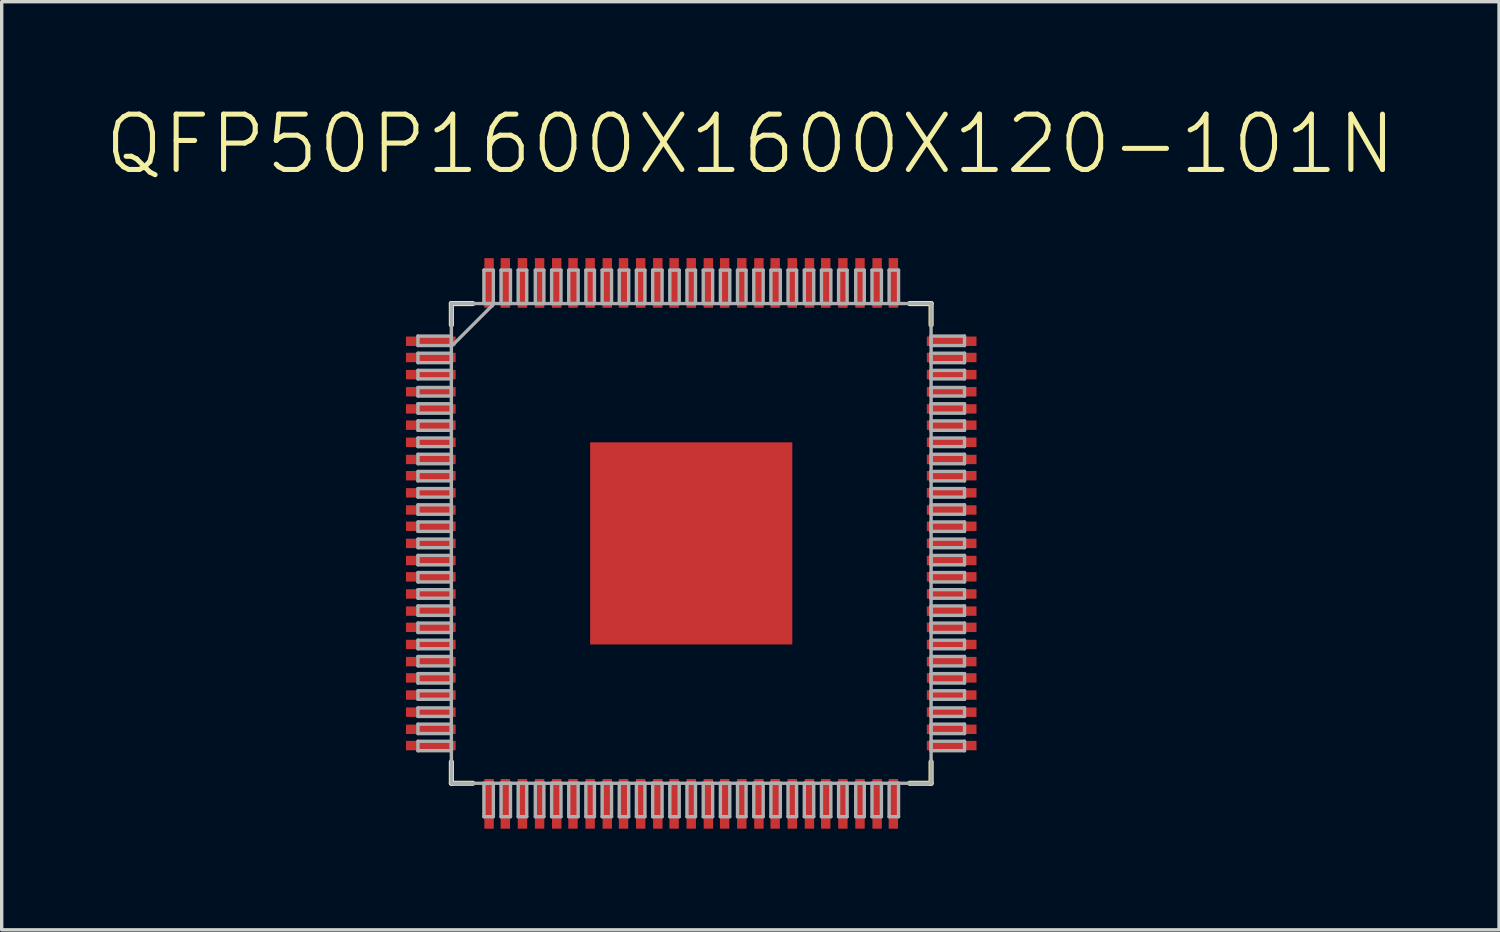
<source format=kicad_pcb>
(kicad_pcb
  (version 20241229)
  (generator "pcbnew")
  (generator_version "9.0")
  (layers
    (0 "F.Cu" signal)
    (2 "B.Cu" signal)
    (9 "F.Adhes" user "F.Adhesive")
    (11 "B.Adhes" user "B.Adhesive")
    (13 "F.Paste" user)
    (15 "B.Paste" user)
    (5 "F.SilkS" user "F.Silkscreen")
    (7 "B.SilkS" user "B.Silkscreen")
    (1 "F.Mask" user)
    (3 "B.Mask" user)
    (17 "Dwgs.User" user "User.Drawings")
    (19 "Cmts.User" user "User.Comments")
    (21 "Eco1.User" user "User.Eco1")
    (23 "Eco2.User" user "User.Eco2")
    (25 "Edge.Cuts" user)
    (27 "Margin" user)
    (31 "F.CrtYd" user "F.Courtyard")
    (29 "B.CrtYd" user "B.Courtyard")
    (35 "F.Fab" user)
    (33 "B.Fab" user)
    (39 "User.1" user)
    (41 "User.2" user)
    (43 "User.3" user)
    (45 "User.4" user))
  (footprint "QFP50P1600X1600X120-101N"
    (layer "F.Cu")
    (at 17.445 13.062)
    (property "Reference" "QFP50P1600X1600X120-101N" (at 1.753 -11.839 0) (layer "F.SilkS") (effects (font (size 1.64 1.64) (thickness 0.15))))
    (attr smd)
    (fp_line (start -7.112 -7.112) (end -7.112 -6.477) (stroke (width 0.152) (type solid)) (layer "F.SilkS"))
    (fp_line (start -7.112 6.477) (end -7.112 7.112) (stroke (width 0.152) (type solid)) (layer "F.SilkS"))
    (fp_line (start -7.112 7.112) (end -6.477 7.112) (stroke (width 0.152) (type solid)) (layer "F.SilkS"))
    (fp_line (start -6.477 -7.112) (end -7.112 -7.112) (stroke (width 0.152) (type solid)) (layer "F.SilkS"))
    (fp_line (start 6.477 7.112) (end 7.112 7.112) (stroke (width 0.152) (type solid)) (layer "F.SilkS"))
    (fp_line (start 7.112 -7.112) (end 6.477 -7.112) (stroke (width 0.152) (type solid)) (layer "F.SilkS"))
    (fp_line (start 7.112 -6.477) (end 7.112 -7.112) (stroke (width 0.152) (type solid)) (layer "F.SilkS"))
    (fp_line (start 7.112 7.112) (end 7.112 6.477) (stroke (width 0.152) (type solid)) (layer "F.SilkS"))
    (fp_line (start -8.103 -6.147) (end -8.103 -5.867) (stroke (width 0.1) (type solid)) (layer "F.Fab"))
    (fp_line (start -8.103 -5.867) (end -7.112 -5.867) (stroke (width 0.1) (type solid)) (layer "F.Fab"))
    (fp_line (start -8.103 -5.639) (end -8.103 -5.359) (stroke (width 0.1) (type solid)) (layer "F.Fab"))
    (fp_line (start -8.103 -5.359) (end -7.112 -5.359) (stroke (width 0.1) (type solid)) (layer "F.Fab"))
    (fp_line (start -8.103 -5.131) (end -8.103 -4.877) (stroke (width 0.1) (type solid)) (layer "F.Fab"))
    (fp_line (start -8.103 -4.877) (end -7.112 -4.877) (stroke (width 0.1) (type solid)) (layer "F.Fab"))
    (fp_line (start -8.103 -4.623) (end -8.103 -4.369) (stroke (width 0.1) (type solid)) (layer "F.Fab"))
    (fp_line (start -8.103 -4.369) (end -7.112 -4.369) (stroke (width 0.1) (type solid)) (layer "F.Fab"))
    (fp_line (start -8.103 -4.14) (end -8.103 -3.861) (stroke (width 0.1) (type solid)) (layer "F.Fab"))
    (fp_line (start -8.103 -3.861) (end -7.112 -3.861) (stroke (width 0.1) (type solid)) (layer "F.Fab"))
    (fp_line (start -8.103 -3.632) (end -8.103 -3.353) (stroke (width 0.1) (type solid)) (layer "F.Fab"))
    (fp_line (start -8.103 -3.353) (end -7.112 -3.353) (stroke (width 0.1) (type solid)) (layer "F.Fab"))
    (fp_line (start -8.103 -3.124) (end -8.103 -2.87) (stroke (width 0.1) (type solid)) (layer "F.Fab"))
    (fp_line (start -8.103 -2.87) (end -7.112 -2.87) (stroke (width 0.1) (type solid)) (layer "F.Fab"))
    (fp_line (start -8.103 -2.642) (end -8.103 -2.362) (stroke (width 0.1) (type solid)) (layer "F.Fab"))
    (fp_line (start -8.103 -2.362) (end -7.112 -2.362) (stroke (width 0.1) (type solid)) (layer "F.Fab"))
    (fp_line (start -8.103 -2.134) (end -8.103 -1.854) (stroke (width 0.1) (type solid)) (layer "F.Fab"))
    (fp_line (start -8.103 -1.854) (end -7.112 -1.854) (stroke (width 0.1) (type solid)) (layer "F.Fab"))
    (fp_line (start -8.103 -1.626) (end -8.103 -1.372) (stroke (width 0.1) (type solid)) (layer "F.Fab"))
    (fp_line (start -8.103 -1.372) (end -7.112 -1.372) (stroke (width 0.1) (type solid)) (layer "F.Fab"))
    (fp_line (start -8.103 -1.143) (end -8.103 -0.864) (stroke (width 0.1) (type solid)) (layer "F.Fab"))
    (fp_line (start -8.103 -0.864) (end -7.112 -0.864) (stroke (width 0.1) (type solid)) (layer "F.Fab"))
    (fp_line (start -8.103 -0.635) (end -8.103 -0.356) (stroke (width 0.1) (type solid)) (layer "F.Fab"))
    (fp_line (start -8.103 -0.356) (end -7.112 -0.356) (stroke (width 0.1) (type solid)) (layer "F.Fab"))
    (fp_line (start -8.103 -0.127) (end -8.103 0.127) (stroke (width 0.1) (type solid)) (layer "F.Fab"))
    (fp_line (start -8.103 0.127) (end -7.112 0.127) (stroke (width 0.1) (type solid)) (layer "F.Fab"))
    (fp_line (start -8.103 0.356) (end -8.103 0.635) (stroke (width 0.1) (type solid)) (layer "F.Fab"))
    (fp_line (start -8.103 0.635) (end -7.112 0.635) (stroke (width 0.1) (type solid)) (layer "F.Fab"))
    (fp_line (start -8.103 0.864) (end -8.103 1.143) (stroke (width 0.1) (type solid)) (layer "F.Fab"))
    (fp_line (start -8.103 1.143) (end -7.112 1.143) (stroke (width 0.1) (type solid)) (layer "F.Fab"))
    (fp_line (start -8.103 1.372) (end -8.103 1.626) (stroke (width 0.1) (type solid)) (layer "F.Fab"))
    (fp_line (start -8.103 1.626) (end -7.112 1.626) (stroke (width 0.1) (type solid)) (layer "F.Fab"))
    (fp_line (start -8.103 1.854) (end -8.103 2.134) (stroke (width 0.1) (type solid)) (layer "F.Fab"))
    (fp_line (start -8.103 2.134) (end -7.112 2.134) (stroke (width 0.1) (type solid)) (layer "F.Fab"))
    (fp_line (start -8.103 2.362) (end -8.103 2.642) (stroke (width 0.1) (type solid)) (layer "F.Fab"))
    (fp_line (start -8.103 2.642) (end -7.112 2.642) (stroke (width 0.1) (type solid)) (layer "F.Fab"))
    (fp_line (start -8.103 2.87) (end -8.103 3.124) (stroke (width 0.1) (type solid)) (layer "F.Fab"))
    (fp_line (start -8.103 3.124) (end -7.112 3.124) (stroke (width 0.1) (type solid)) (layer "F.Fab"))
    (fp_line (start -8.103 3.353) (end -8.103 3.632) (stroke (width 0.1) (type solid)) (layer "F.Fab"))
    (fp_line (start -8.103 3.632) (end -7.112 3.632) (stroke (width 0.1) (type solid)) (layer "F.Fab"))
    (fp_line (start -8.103 3.861) (end -8.103 4.14) (stroke (width 0.1) (type solid)) (layer "F.Fab"))
    (fp_line (start -8.103 4.14) (end -7.112 4.14) (stroke (width 0.1) (type solid)) (layer "F.Fab"))
    (fp_line (start -8.103 4.369) (end -8.103 4.623) (stroke (width 0.1) (type solid)) (layer "F.Fab"))
    (fp_line (start -8.103 4.623) (end -7.112 4.623) (stroke (width 0.1) (type solid)) (layer "F.Fab"))
    (fp_line (start -8.103 4.877) (end -8.103 5.131) (stroke (width 0.1) (type solid)) (layer "F.Fab"))
    (fp_line (start -8.103 5.131) (end -7.112 5.131) (stroke (width 0.1) (type solid)) (layer "F.Fab"))
    (fp_line (start -8.103 5.359) (end -8.103 5.639) (stroke (width 0.1) (type solid)) (layer "F.Fab"))
    (fp_line (start -8.103 5.639) (end -7.112 5.639) (stroke (width 0.1) (type solid)) (layer "F.Fab"))
    (fp_line (start -8.103 5.867) (end -8.103 6.147) (stroke (width 0.1) (type solid)) (layer "F.Fab"))
    (fp_line (start -8.103 6.147) (end -7.112 6.147) (stroke (width 0.1) (type solid)) (layer "F.Fab"))
    (fp_line (start -7.112 -7.112) (end -7.112 7.112) (stroke (width 0.1) (type solid)) (layer "F.Fab"))
    (fp_line (start -7.112 -6.147) (end -8.103 -6.147) (stroke (width 0.1) (type solid)) (layer "F.Fab"))
    (fp_line (start -7.112 -5.867) (end -7.112 -6.147) (stroke (width 0.1) (type solid)) (layer "F.Fab"))
    (fp_line (start -7.112 -5.842) (end -5.842 -7.112) (stroke (width 0.1) (type solid)) (layer "F.Fab"))
    (fp_line (start -7.112 -5.639) (end -8.103 -5.639) (stroke (width 0.1) (type solid)) (layer "F.Fab"))
    (fp_line (start -7.112 -5.359) (end -7.112 -5.639) (stroke (width 0.1) (type solid)) (layer "F.Fab"))
    (fp_line (start -7.112 -5.131) (end -8.103 -5.131) (stroke (width 0.1) (type solid)) (layer "F.Fab"))
    (fp_line (start -7.112 -4.877) (end -7.112 -5.131) (stroke (width 0.1) (type solid)) (layer "F.Fab"))
    (fp_line (start -7.112 -4.623) (end -8.103 -4.623) (stroke (width 0.1) (type solid)) (layer "F.Fab"))
    (fp_line (start -7.112 -4.369) (end -7.112 -4.623) (stroke (width 0.1) (type solid)) (layer "F.Fab"))
    (fp_line (start -7.112 -4.14) (end -8.103 -4.14) (stroke (width 0.1) (type solid)) (layer "F.Fab"))
    (fp_line (start -7.112 -3.861) (end -7.112 -4.14) (stroke (width 0.1) (type solid)) (layer "F.Fab"))
    (fp_line (start -7.112 -3.632) (end -8.103 -3.632) (stroke (width 0.1) (type solid)) (layer "F.Fab"))
    (fp_line (start -7.112 -3.353) (end -7.112 -3.632) (stroke (width 0.1) (type solid)) (layer "F.Fab"))
    (fp_line (start -7.112 -3.124) (end -8.103 -3.124) (stroke (width 0.1) (type solid)) (layer "F.Fab"))
    (fp_line (start -7.112 -2.87) (end -7.112 -3.124) (stroke (width 0.1) (type solid)) (layer "F.Fab"))
    (fp_line (start -7.112 -2.642) (end -8.103 -2.642) (stroke (width 0.1) (type solid)) (layer "F.Fab"))
    (fp_line (start -7.112 -2.362) (end -7.112 -2.642) (stroke (width 0.1) (type solid)) (layer "F.Fab"))
    (fp_line (start -7.112 -2.134) (end -8.103 -2.134) (stroke (width 0.1) (type solid)) (layer "F.Fab"))
    (fp_line (start -7.112 -1.854) (end -7.112 -2.134) (stroke (width 0.1) (type solid)) (layer "F.Fab"))
    (fp_line (start -7.112 -1.626) (end -8.103 -1.626) (stroke (width 0.1) (type solid)) (layer "F.Fab"))
    (fp_line (start -7.112 -1.372) (end -7.112 -1.626) (stroke (width 0.1) (type solid)) (layer "F.Fab"))
    (fp_line (start -7.112 -1.143) (end -8.103 -1.143) (stroke (width 0.1) (type solid)) (layer "F.Fab"))
    (fp_line (start -7.112 -0.864) (end -7.112 -1.143) (stroke (width 0.1) (type solid)) (layer "F.Fab"))
    (fp_line (start -7.112 -0.635) (end -8.103 -0.635) (stroke (width 0.1) (type solid)) (layer "F.Fab"))
    (fp_line (start -7.112 -0.356) (end -7.112 -0.635) (stroke (width 0.1) (type solid)) (layer "F.Fab"))
    (fp_line (start -7.112 -0.127) (end -8.103 -0.127) (stroke (width 0.1) (type solid)) (layer "F.Fab"))
    (fp_line (start -7.112 0.127) (end -7.112 -0.127) (stroke (width 0.1) (type solid)) (layer "F.Fab"))
    (fp_line (start -7.112 0.356) (end -8.103 0.356) (stroke (width 0.1) (type solid)) (layer "F.Fab"))
    (fp_line (start -7.112 0.635) (end -7.112 0.356) (stroke (width 0.1) (type solid)) (layer "F.Fab"))
    (fp_line (start -7.112 0.864) (end -8.103 0.864) (stroke (width 0.1) (type solid)) (layer "F.Fab"))
    (fp_line (start -7.112 1.143) (end -7.112 0.864) (stroke (width 0.1) (type solid)) (layer "F.Fab"))
    (fp_line (start -7.112 1.372) (end -8.103 1.372) (stroke (width 0.1) (type solid)) (layer "F.Fab"))
    (fp_line (start -7.112 1.626) (end -7.112 1.372) (stroke (width 0.1) (type solid)) (layer "F.Fab"))
    (fp_line (start -7.112 1.854) (end -8.103 1.854) (stroke (width 0.1) (type solid)) (layer "F.Fab"))
    (fp_line (start -7.112 2.134) (end -7.112 1.854) (stroke (width 0.1) (type solid)) (layer "F.Fab"))
    (fp_line (start -7.112 2.362) (end -8.103 2.362) (stroke (width 0.1) (type solid)) (layer "F.Fab"))
    (fp_line (start -7.112 2.642) (end -7.112 2.362) (stroke (width 0.1) (type solid)) (layer "F.Fab"))
    (fp_line (start -7.112 2.87) (end -8.103 2.87) (stroke (width 0.1) (type solid)) (layer "F.Fab"))
    (fp_line (start -7.112 3.124) (end -7.112 2.87) (stroke (width 0.1) (type solid)) (layer "F.Fab"))
    (fp_line (start -7.112 3.353) (end -8.103 3.353) (stroke (width 0.1) (type solid)) (layer "F.Fab"))
    (fp_line (start -7.112 3.632) (end -7.112 3.353) (stroke (width 0.1) (type solid)) (layer "F.Fab"))
    (fp_line (start -7.112 3.861) (end -8.103 3.861) (stroke (width 0.1) (type solid)) (layer "F.Fab"))
    (fp_line (start -7.112 4.14) (end -7.112 3.861) (stroke (width 0.1) (type solid)) (layer "F.Fab"))
    (fp_line (start -7.112 4.369) (end -8.103 4.369) (stroke (width 0.1) (type solid)) (layer "F.Fab"))
    (fp_line (start -7.112 4.623) (end -7.112 4.369) (stroke (width 0.1) (type solid)) (layer "F.Fab"))
    (fp_line (start -7.112 4.877) (end -8.103 4.877) (stroke (width 0.1) (type solid)) (layer "F.Fab"))
    (fp_line (start -7.112 5.131) (end -7.112 4.877) (stroke (width 0.1) (type solid)) (layer "F.Fab"))
    (fp_line (start -7.112 5.359) (end -8.103 5.359) (stroke (width 0.1) (type solid)) (layer "F.Fab"))
    (fp_line (start -7.112 5.639) (end -7.112 5.359) (stroke (width 0.1) (type solid)) (layer "F.Fab"))
    (fp_line (start -7.112 5.867) (end -8.103 5.867) (stroke (width 0.1) (type solid)) (layer "F.Fab"))
    (fp_line (start -7.112 6.147) (end -7.112 5.867) (stroke (width 0.1) (type solid)) (layer "F.Fab"))
    (fp_line (start -7.112 7.112) (end 7.112 7.112) (stroke (width 0.1) (type solid)) (layer "F.Fab"))
    (fp_line (start -6.147 -8.103) (end -6.147 -7.112) (stroke (width 0.1) (type solid)) (layer "F.Fab"))
    (fp_line (start -6.147 -7.112) (end -5.867 -7.112) (stroke (width 0.1) (type solid)) (layer "F.Fab"))
    (fp_line (start -6.147 7.112) (end -6.147 8.103) (stroke (width 0.1) (type solid)) (layer "F.Fab"))
    (fp_line (start -6.147 8.103) (end -5.867 8.103) (stroke (width 0.1) (type solid)) (layer "F.Fab"))
    (fp_line (start -5.867 -8.103) (end -6.147 -8.103) (stroke (width 0.1) (type solid)) (layer "F.Fab"))
    (fp_line (start -5.867 -7.112) (end -5.867 -8.103) (stroke (width 0.1) (type solid)) (layer "F.Fab"))
    (fp_line (start -5.867 7.112) (end -6.147 7.112) (stroke (width 0.1) (type solid)) (layer "F.Fab"))
    (fp_line (start -5.867 8.103) (end -5.867 7.112) (stroke (width 0.1) (type solid)) (layer "F.Fab"))
    (fp_line (start -5.639 -8.103) (end -5.639 -7.112) (stroke (width 0.1) (type solid)) (layer "F.Fab"))
    (fp_line (start -5.639 -7.112) (end -5.359 -7.112) (stroke (width 0.1) (type solid)) (layer "F.Fab"))
    (fp_line (start -5.639 7.112) (end -5.639 8.103) (stroke (width 0.1) (type solid)) (layer "F.Fab"))
    (fp_line (start -5.639 8.103) (end -5.359 8.103) (stroke (width 0.1) (type solid)) (layer "F.Fab"))
    (fp_line (start -5.359 -8.103) (end -5.639 -8.103) (stroke (width 0.1) (type solid)) (layer "F.Fab"))
    (fp_line (start -5.359 -7.112) (end -5.359 -8.103) (stroke (width 0.1) (type solid)) (layer "F.Fab"))
    (fp_line (start -5.359 7.112) (end -5.639 7.112) (stroke (width 0.1) (type solid)) (layer "F.Fab"))
    (fp_line (start -5.359 8.103) (end -5.359 7.112) (stroke (width 0.1) (type solid)) (layer "F.Fab"))
    (fp_line (start -5.131 -8.103) (end -5.131 -7.112) (stroke (width 0.1) (type solid)) (layer "F.Fab"))
    (fp_line (start -5.131 -7.112) (end -4.877 -7.112) (stroke (width 0.1) (type solid)) (layer "F.Fab"))
    (fp_line (start -5.131 7.112) (end -5.131 8.103) (stroke (width 0.1) (type solid)) (layer "F.Fab"))
    (fp_line (start -5.131 8.103) (end -4.877 8.103) (stroke (width 0.1) (type solid)) (layer "F.Fab"))
    (fp_line (start -4.877 -8.103) (end -5.131 -8.103) (stroke (width 0.1) (type solid)) (layer "F.Fab"))
    (fp_line (start -4.877 -7.112) (end -4.877 -8.103) (stroke (width 0.1) (type solid)) (layer "F.Fab"))
    (fp_line (start -4.877 7.112) (end -5.131 7.112) (stroke (width 0.1) (type solid)) (layer "F.Fab"))
    (fp_line (start -4.877 8.103) (end -4.877 7.112) (stroke (width 0.1) (type solid)) (layer "F.Fab"))
    (fp_line (start -4.623 -8.103) (end -4.623 -7.112) (stroke (width 0.1) (type solid)) (layer "F.Fab"))
    (fp_line (start -4.623 -7.112) (end -4.369 -7.112) (stroke (width 0.1) (type solid)) (layer "F.Fab"))
    (fp_line (start -4.623 7.112) (end -4.623 8.103) (stroke (width 0.1) (type solid)) (layer "F.Fab"))
    (fp_line (start -4.623 8.103) (end -4.369 8.103) (stroke (width 0.1) (type solid)) (layer "F.Fab"))
    (fp_line (start -4.369 -8.103) (end -4.623 -8.103) (stroke (width 0.1) (type solid)) (layer "F.Fab"))
    (fp_line (start -4.369 -7.112) (end -4.369 -8.103) (stroke (width 0.1) (type solid)) (layer "F.Fab"))
    (fp_line (start -4.369 7.112) (end -4.623 7.112) (stroke (width 0.1) (type solid)) (layer "F.Fab"))
    (fp_line (start -4.369 8.103) (end -4.369 7.112) (stroke (width 0.1) (type solid)) (layer "F.Fab"))
    (fp_line (start -4.14 -8.103) (end -4.14 -7.112) (stroke (width 0.1) (type solid)) (layer "F.Fab"))
    (fp_line (start -4.14 -7.112) (end -3.861 -7.112) (stroke (width 0.1) (type solid)) (layer "F.Fab"))
    (fp_line (start -4.14 7.112) (end -4.14 8.103) (stroke (width 0.1) (type solid)) (layer "F.Fab"))
    (fp_line (start -4.14 8.103) (end -3.861 8.103) (stroke (width 0.1) (type solid)) (layer "F.Fab"))
    (fp_line (start -3.861 -8.103) (end -4.14 -8.103) (stroke (width 0.1) (type solid)) (layer "F.Fab"))
    (fp_line (start -3.861 -7.112) (end -3.861 -8.103) (stroke (width 0.1) (type solid)) (layer "F.Fab"))
    (fp_line (start -3.861 7.112) (end -4.14 7.112) (stroke (width 0.1) (type solid)) (layer "F.Fab"))
    (fp_line (start -3.861 8.103) (end -3.861 7.112) (stroke (width 0.1) (type solid)) (layer "F.Fab"))
    (fp_line (start -3.632 -8.103) (end -3.632 -7.112) (stroke (width 0.1) (type solid)) (layer "F.Fab"))
    (fp_line (start -3.632 -7.112) (end -3.353 -7.112) (stroke (width 0.1) (type solid)) (layer "F.Fab"))
    (fp_line (start -3.632 7.112) (end -3.632 8.103) (stroke (width 0.1) (type solid)) (layer "F.Fab"))
    (fp_line (start -3.632 8.103) (end -3.353 8.103) (stroke (width 0.1) (type solid)) (layer "F.Fab"))
    (fp_line (start -3.353 -8.103) (end -3.632 -8.103) (stroke (width 0.1) (type solid)) (layer "F.Fab"))
    (fp_line (start -3.353 -7.112) (end -3.353 -8.103) (stroke (width 0.1) (type solid)) (layer "F.Fab"))
    (fp_line (start -3.353 7.112) (end -3.632 7.112) (stroke (width 0.1) (type solid)) (layer "F.Fab"))
    (fp_line (start -3.353 8.103) (end -3.353 7.112) (stroke (width 0.1) (type solid)) (layer "F.Fab"))
    (fp_line (start -3.124 -8.103) (end -3.124 -7.112) (stroke (width 0.1) (type solid)) (layer "F.Fab"))
    (fp_line (start -3.124 -7.112) (end -2.87 -7.112) (stroke (width 0.1) (type solid)) (layer "F.Fab"))
    (fp_line (start -3.124 7.112) (end -3.124 8.103) (stroke (width 0.1) (type solid)) (layer "F.Fab"))
    (fp_line (start -3.124 8.103) (end -2.87 8.103) (stroke (width 0.1) (type solid)) (layer "F.Fab"))
    (fp_line (start -2.87 -8.103) (end -3.124 -8.103) (stroke (width 0.1) (type solid)) (layer "F.Fab"))
    (fp_line (start -2.87 -7.112) (end -2.87 -8.103) (stroke (width 0.1) (type solid)) (layer "F.Fab"))
    (fp_line (start -2.87 7.112) (end -3.124 7.112) (stroke (width 0.1) (type solid)) (layer "F.Fab"))
    (fp_line (start -2.87 8.103) (end -2.87 7.112) (stroke (width 0.1) (type solid)) (layer "F.Fab"))
    (fp_line (start -2.642 -8.103) (end -2.642 -7.112) (stroke (width 0.1) (type solid)) (layer "F.Fab"))
    (fp_line (start -2.642 -7.112) (end -2.362 -7.112) (stroke (width 0.1) (type solid)) (layer "F.Fab"))
    (fp_line (start -2.642 7.112) (end -2.642 8.103) (stroke (width 0.1) (type solid)) (layer "F.Fab"))
    (fp_line (start -2.642 8.103) (end -2.362 8.103) (stroke (width 0.1) (type solid)) (layer "F.Fab"))
    (fp_line (start -2.362 -8.103) (end -2.642 -8.103) (stroke (width 0.1) (type solid)) (layer "F.Fab"))
    (fp_line (start -2.362 -7.112) (end -2.362 -8.103) (stroke (width 0.1) (type solid)) (layer "F.Fab"))
    (fp_line (start -2.362 7.112) (end -2.642 7.112) (stroke (width 0.1) (type solid)) (layer "F.Fab"))
    (fp_line (start -2.362 8.103) (end -2.362 7.112) (stroke (width 0.1) (type solid)) (layer "F.Fab"))
    (fp_line (start -2.134 -8.103) (end -2.134 -7.112) (stroke (width 0.1) (type solid)) (layer "F.Fab"))
    (fp_line (start -2.134 -7.112) (end -1.854 -7.112) (stroke (width 0.1) (type solid)) (layer "F.Fab"))
    (fp_line (start -2.134 7.112) (end -2.134 8.103) (stroke (width 0.1) (type solid)) (layer "F.Fab"))
    (fp_line (start -2.134 8.103) (end -1.854 8.103) (stroke (width 0.1) (type solid)) (layer "F.Fab"))
    (fp_line (start -1.854 -8.103) (end -2.134 -8.103) (stroke (width 0.1) (type solid)) (layer "F.Fab"))
    (fp_line (start -1.854 -7.112) (end -1.854 -8.103) (stroke (width 0.1) (type solid)) (layer "F.Fab"))
    (fp_line (start -1.854 7.112) (end -2.134 7.112) (stroke (width 0.1) (type solid)) (layer "F.Fab"))
    (fp_line (start -1.854 8.103) (end -1.854 7.112) (stroke (width 0.1) (type solid)) (layer "F.Fab"))
    (fp_line (start -1.626 -8.103) (end -1.626 -7.112) (stroke (width 0.1) (type solid)) (layer "F.Fab"))
    (fp_line (start -1.626 -7.112) (end -1.372 -7.112) (stroke (width 0.1) (type solid)) (layer "F.Fab"))
    (fp_line (start -1.626 7.112) (end -1.626 8.103) (stroke (width 0.1) (type solid)) (layer "F.Fab"))
    (fp_line (start -1.626 8.103) (end -1.372 8.103) (stroke (width 0.1) (type solid)) (layer "F.Fab"))
    (fp_line (start -1.372 -8.103) (end -1.626 -8.103) (stroke (width 0.1) (type solid)) (layer "F.Fab"))
    (fp_line (start -1.372 -7.112) (end -1.372 -8.103) (stroke (width 0.1) (type solid)) (layer "F.Fab"))
    (fp_line (start -1.372 7.112) (end -1.626 7.112) (stroke (width 0.1) (type solid)) (layer "F.Fab"))
    (fp_line (start -1.372 8.103) (end -1.372 7.112) (stroke (width 0.1) (type solid)) (layer "F.Fab"))
    (fp_line (start -1.143 -8.103) (end -1.143 -7.112) (stroke (width 0.1) (type solid)) (layer "F.Fab"))
    (fp_line (start -1.143 -7.112) (end -0.864 -7.112) (stroke (width 0.1) (type solid)) (layer "F.Fab"))
    (fp_line (start -1.143 7.112) (end -1.143 8.103) (stroke (width 0.1) (type solid)) (layer "F.Fab"))
    (fp_line (start -1.143 8.103) (end -0.864 8.103) (stroke (width 0.1) (type solid)) (layer "F.Fab"))
    (fp_line (start -0.864 -8.103) (end -1.143 -8.103) (stroke (width 0.1) (type solid)) (layer "F.Fab"))
    (fp_line (start -0.864 -7.112) (end -0.864 -8.103) (stroke (width 0.1) (type solid)) (layer "F.Fab"))
    (fp_line (start -0.864 7.112) (end -1.143 7.112) (stroke (width 0.1) (type solid)) (layer "F.Fab"))
    (fp_line (start -0.864 8.103) (end -0.864 7.112) (stroke (width 0.1) (type solid)) (layer "F.Fab"))
    (fp_line (start -0.635 -8.103) (end -0.635 -7.112) (stroke (width 0.1) (type solid)) (layer "F.Fab"))
    (fp_line (start -0.635 -7.112) (end -0.356 -7.112) (stroke (width 0.1) (type solid)) (layer "F.Fab"))
    (fp_line (start -0.635 7.112) (end -0.635 8.103) (stroke (width 0.1) (type solid)) (layer "F.Fab"))
    (fp_line (start -0.635 8.103) (end -0.356 8.103) (stroke (width 0.1) (type solid)) (layer "F.Fab"))
    (fp_line (start -0.356 -8.103) (end -0.635 -8.103) (stroke (width 0.1) (type solid)) (layer "F.Fab"))
    (fp_line (start -0.356 -7.112) (end -0.356 -8.103) (stroke (width 0.1) (type solid)) (layer "F.Fab"))
    (fp_line (start -0.356 7.112) (end -0.635 7.112) (stroke (width 0.1) (type solid)) (layer "F.Fab"))
    (fp_line (start -0.356 8.103) (end -0.356 7.112) (stroke (width 0.1) (type solid)) (layer "F.Fab"))
    (fp_line (start -0.127 -8.103) (end -0.127 -7.112) (stroke (width 0.1) (type solid)) (layer "F.Fab"))
    (fp_line (start -0.127 -7.112) (end 0.127 -7.112) (stroke (width 0.1) (type solid)) (layer "F.Fab"))
    (fp_line (start -0.127 7.112) (end -0.127 8.103) (stroke (width 0.1) (type solid)) (layer "F.Fab"))
    (fp_line (start -0.127 8.103) (end 0.127 8.103) (stroke (width 0.1) (type solid)) (layer "F.Fab"))
    (fp_line (start 0.127 -8.103) (end -0.127 -8.103) (stroke (width 0.1) (type solid)) (layer "F.Fab"))
    (fp_line (start 0.127 -7.112) (end 0.127 -8.103) (stroke (width 0.1) (type solid)) (layer "F.Fab"))
    (fp_line (start 0.127 7.112) (end -0.127 7.112) (stroke (width 0.1) (type solid)) (layer "F.Fab"))
    (fp_line (start 0.127 8.103) (end 0.127 7.112) (stroke (width 0.1) (type solid)) (layer "F.Fab"))
    (fp_line (start 0.356 -8.103) (end 0.356 -7.112) (stroke (width 0.1) (type solid)) (layer "F.Fab"))
    (fp_line (start 0.356 -7.112) (end 0.635 -7.112) (stroke (width 0.1) (type solid)) (layer "F.Fab"))
    (fp_line (start 0.356 7.112) (end 0.356 8.103) (stroke (width 0.1) (type solid)) (layer "F.Fab"))
    (fp_line (start 0.356 8.103) (end 0.635 8.103) (stroke (width 0.1) (type solid)) (layer "F.Fab"))
    (fp_line (start 0.635 -8.103) (end 0.356 -8.103) (stroke (width 0.1) (type solid)) (layer "F.Fab"))
    (fp_line (start 0.635 -7.112) (end 0.635 -8.103) (stroke (width 0.1) (type solid)) (layer "F.Fab"))
    (fp_line (start 0.635 7.112) (end 0.356 7.112) (stroke (width 0.1) (type solid)) (layer "F.Fab"))
    (fp_line (start 0.635 8.103) (end 0.635 7.112) (stroke (width 0.1) (type solid)) (layer "F.Fab"))
    (fp_line (start 0.864 -8.103) (end 0.864 -7.112) (stroke (width 0.1) (type solid)) (layer "F.Fab"))
    (fp_line (start 0.864 -7.112) (end 1.143 -7.112) (stroke (width 0.1) (type solid)) (layer "F.Fab"))
    (fp_line (start 0.864 7.112) (end 0.864 8.103) (stroke (width 0.1) (type solid)) (layer "F.Fab"))
    (fp_line (start 0.864 8.103) (end 1.143 8.103) (stroke (width 0.1) (type solid)) (layer "F.Fab"))
    (fp_line (start 1.143 -8.103) (end 0.864 -8.103) (stroke (width 0.1) (type solid)) (layer "F.Fab"))
    (fp_line (start 1.143 -7.112) (end 1.143 -8.103) (stroke (width 0.1) (type solid)) (layer "F.Fab"))
    (fp_line (start 1.143 7.112) (end 0.864 7.112) (stroke (width 0.1) (type solid)) (layer "F.Fab"))
    (fp_line (start 1.143 8.103) (end 1.143 7.112) (stroke (width 0.1) (type solid)) (layer "F.Fab"))
    (fp_line (start 1.372 -8.103) (end 1.372 -7.112) (stroke (width 0.1) (type solid)) (layer "F.Fab"))
    (fp_line (start 1.372 -7.112) (end 1.626 -7.112) (stroke (width 0.1) (type solid)) (layer "F.Fab"))
    (fp_line (start 1.372 7.112) (end 1.372 8.103) (stroke (width 0.1) (type solid)) (layer "F.Fab"))
    (fp_line (start 1.372 8.103) (end 1.626 8.103) (stroke (width 0.1) (type solid)) (layer "F.Fab"))
    (fp_line (start 1.626 -8.103) (end 1.372 -8.103) (stroke (width 0.1) (type solid)) (layer "F.Fab"))
    (fp_line (start 1.626 -7.112) (end 1.626 -8.103) (stroke (width 0.1) (type solid)) (layer "F.Fab"))
    (fp_line (start 1.626 7.112) (end 1.372 7.112) (stroke (width 0.1) (type solid)) (layer "F.Fab"))
    (fp_line (start 1.626 8.103) (end 1.626 7.112) (stroke (width 0.1) (type solid)) (layer "F.Fab"))
    (fp_line (start 1.854 -8.103) (end 1.854 -7.112) (stroke (width 0.1) (type solid)) (layer "F.Fab"))
    (fp_line (start 1.854 -7.112) (end 2.134 -7.112) (stroke (width 0.1) (type solid)) (layer "F.Fab"))
    (fp_line (start 1.854 7.112) (end 1.854 8.103) (stroke (width 0.1) (type solid)) (layer "F.Fab"))
    (fp_line (start 1.854 8.103) (end 2.134 8.103) (stroke (width 0.1) (type solid)) (layer "F.Fab"))
    (fp_line (start 2.134 -8.103) (end 1.854 -8.103) (stroke (width 0.1) (type solid)) (layer "F.Fab"))
    (fp_line (start 2.134 -7.112) (end 2.134 -8.103) (stroke (width 0.1) (type solid)) (layer "F.Fab"))
    (fp_line (start 2.134 7.112) (end 1.854 7.112) (stroke (width 0.1) (type solid)) (layer "F.Fab"))
    (fp_line (start 2.134 8.103) (end 2.134 7.112) (stroke (width 0.1) (type solid)) (layer "F.Fab"))
    (fp_line (start 2.362 -8.103) (end 2.362 -7.112) (stroke (width 0.1) (type solid)) (layer "F.Fab"))
    (fp_line (start 2.362 -7.112) (end 2.642 -7.112) (stroke (width 0.1) (type solid)) (layer "F.Fab"))
    (fp_line (start 2.362 7.112) (end 2.362 8.103) (stroke (width 0.1) (type solid)) (layer "F.Fab"))
    (fp_line (start 2.362 8.103) (end 2.642 8.103) (stroke (width 0.1) (type solid)) (layer "F.Fab"))
    (fp_line (start 2.642 -8.103) (end 2.362 -8.103) (stroke (width 0.1) (type solid)) (layer "F.Fab"))
    (fp_line (start 2.642 -7.112) (end 2.642 -8.103) (stroke (width 0.1) (type solid)) (layer "F.Fab"))
    (fp_line (start 2.642 7.112) (end 2.362 7.112) (stroke (width 0.1) (type solid)) (layer "F.Fab"))
    (fp_line (start 2.642 8.103) (end 2.642 7.112) (stroke (width 0.1) (type solid)) (layer "F.Fab"))
    (fp_line (start 2.87 -8.103) (end 2.87 -7.112) (stroke (width 0.1) (type solid)) (layer "F.Fab"))
    (fp_line (start 2.87 -7.112) (end 3.124 -7.112) (stroke (width 0.1) (type solid)) (layer "F.Fab"))
    (fp_line (start 2.87 7.112) (end 2.87 8.103) (stroke (width 0.1) (type solid)) (layer "F.Fab"))
    (fp_line (start 2.87 8.103) (end 3.124 8.103) (stroke (width 0.1) (type solid)) (layer "F.Fab"))
    (fp_line (start 3.124 -8.103) (end 2.87 -8.103) (stroke (width 0.1) (type solid)) (layer "F.Fab"))
    (fp_line (start 3.124 -7.112) (end 3.124 -8.103) (stroke (width 0.1) (type solid)) (layer "F.Fab"))
    (fp_line (start 3.124 7.112) (end 2.87 7.112) (stroke (width 0.1) (type solid)) (layer "F.Fab"))
    (fp_line (start 3.124 8.103) (end 3.124 7.112) (stroke (width 0.1) (type solid)) (layer "F.Fab"))
    (fp_line (start 3.353 -8.103) (end 3.353 -7.112) (stroke (width 0.1) (type solid)) (layer "F.Fab"))
    (fp_line (start 3.353 -7.112) (end 3.632 -7.112) (stroke (width 0.1) (type solid)) (layer "F.Fab"))
    (fp_line (start 3.353 7.112) (end 3.353 8.103) (stroke (width 0.1) (type solid)) (layer "F.Fab"))
    (fp_line (start 3.353 8.103) (end 3.632 8.103) (stroke (width 0.1) (type solid)) (layer "F.Fab"))
    (fp_line (start 3.632 -8.103) (end 3.353 -8.103) (stroke (width 0.1) (type solid)) (layer "F.Fab"))
    (fp_line (start 3.632 -7.112) (end 3.632 -8.103) (stroke (width 0.1) (type solid)) (layer "F.Fab"))
    (fp_line (start 3.632 7.112) (end 3.353 7.112) (stroke (width 0.1) (type solid)) (layer "F.Fab"))
    (fp_line (start 3.632 8.103) (end 3.632 7.112) (stroke (width 0.1) (type solid)) (layer "F.Fab"))
    (fp_line (start 3.861 -8.103) (end 3.861 -7.112) (stroke (width 0.1) (type solid)) (layer "F.Fab"))
    (fp_line (start 3.861 -7.112) (end 4.14 -7.112) (stroke (width 0.1) (type solid)) (layer "F.Fab"))
    (fp_line (start 3.861 7.112) (end 3.861 8.103) (stroke (width 0.1) (type solid)) (layer "F.Fab"))
    (fp_line (start 3.861 8.103) (end 4.14 8.103) (stroke (width 0.1) (type solid)) (layer "F.Fab"))
    (fp_line (start 4.14 -8.103) (end 3.861 -8.103) (stroke (width 0.1) (type solid)) (layer "F.Fab"))
    (fp_line (start 4.14 -7.112) (end 4.14 -8.103) (stroke (width 0.1) (type solid)) (layer "F.Fab"))
    (fp_line (start 4.14 7.112) (end 3.861 7.112) (stroke (width 0.1) (type solid)) (layer "F.Fab"))
    (fp_line (start 4.14 8.103) (end 4.14 7.112) (stroke (width 0.1) (type solid)) (layer "F.Fab"))
    (fp_line (start 4.369 -8.103) (end 4.369 -7.112) (stroke (width 0.1) (type solid)) (layer "F.Fab"))
    (fp_line (start 4.369 -7.112) (end 4.623 -7.112) (stroke (width 0.1) (type solid)) (layer "F.Fab"))
    (fp_line (start 4.369 7.112) (end 4.369 8.103) (stroke (width 0.1) (type solid)) (layer "F.Fab"))
    (fp_line (start 4.369 8.103) (end 4.623 8.103) (stroke (width 0.1) (type solid)) (layer "F.Fab"))
    (fp_line (start 4.623 -8.103) (end 4.369 -8.103) (stroke (width 0.1) (type solid)) (layer "F.Fab"))
    (fp_line (start 4.623 -7.112) (end 4.623 -8.103) (stroke (width 0.1) (type solid)) (layer "F.Fab"))
    (fp_line (start 4.623 7.112) (end 4.369 7.112) (stroke (width 0.1) (type solid)) (layer "F.Fab"))
    (fp_line (start 4.623 8.103) (end 4.623 7.112) (stroke (width 0.1) (type solid)) (layer "F.Fab"))
    (fp_line (start 4.877 -8.103) (end 4.877 -7.112) (stroke (width 0.1) (type solid)) (layer "F.Fab"))
    (fp_line (start 4.877 -7.112) (end 5.131 -7.112) (stroke (width 0.1) (type solid)) (layer "F.Fab"))
    (fp_line (start 4.877 7.112) (end 4.877 8.103) (stroke (width 0.1) (type solid)) (layer "F.Fab"))
    (fp_line (start 4.877 8.103) (end 5.131 8.103) (stroke (width 0.1) (type solid)) (layer "F.Fab"))
    (fp_line (start 5.131 -8.103) (end 4.877 -8.103) (stroke (width 0.1) (type solid)) (layer "F.Fab"))
    (fp_line (start 5.131 -7.112) (end 5.131 -8.103) (stroke (width 0.1) (type solid)) (layer "F.Fab"))
    (fp_line (start 5.131 7.112) (end 4.877 7.112) (stroke (width 0.1) (type solid)) (layer "F.Fab"))
    (fp_line (start 5.131 8.103) (end 5.131 7.112) (stroke (width 0.1) (type solid)) (layer "F.Fab"))
    (fp_line (start 5.359 -8.103) (end 5.359 -7.112) (stroke (width 0.1) (type solid)) (layer "F.Fab"))
    (fp_line (start 5.359 -7.112) (end 5.639 -7.112) (stroke (width 0.1) (type solid)) (layer "F.Fab"))
    (fp_line (start 5.359 7.112) (end 5.359 8.103) (stroke (width 0.1) (type solid)) (layer "F.Fab"))
    (fp_line (start 5.359 8.103) (end 5.639 8.103) (stroke (width 0.1) (type solid)) (layer "F.Fab"))
    (fp_line (start 5.639 -8.103) (end 5.359 -8.103) (stroke (width 0.1) (type solid)) (layer "F.Fab"))
    (fp_line (start 5.639 -7.112) (end 5.639 -8.103) (stroke (width 0.1) (type solid)) (layer "F.Fab"))
    (fp_line (start 5.639 7.112) (end 5.359 7.112) (stroke (width 0.1) (type solid)) (layer "F.Fab"))
    (fp_line (start 5.639 8.103) (end 5.639 7.112) (stroke (width 0.1) (type solid)) (layer "F.Fab"))
    (fp_line (start 5.867 -8.103) (end 5.867 -7.112) (stroke (width 0.1) (type solid)) (layer "F.Fab"))
    (fp_line (start 5.867 -7.112) (end 6.147 -7.112) (stroke (width 0.1) (type solid)) (layer "F.Fab"))
    (fp_line (start 5.867 7.112) (end 5.867 8.103) (stroke (width 0.1) (type solid)) (layer "F.Fab"))
    (fp_line (start 5.867 8.103) (end 6.147 8.103) (stroke (width 0.1) (type solid)) (layer "F.Fab"))
    (fp_line (start 6.147 -8.103) (end 5.867 -8.103) (stroke (width 0.1) (type solid)) (layer "F.Fab"))
    (fp_line (start 6.147 -7.112) (end 6.147 -8.103) (stroke (width 0.1) (type solid)) (layer "F.Fab"))
    (fp_line (start 6.147 7.112) (end 5.867 7.112) (stroke (width 0.1) (type solid)) (layer "F.Fab"))
    (fp_line (start 6.147 8.103) (end 6.147 7.112) (stroke (width 0.1) (type solid)) (layer "F.Fab"))
    (fp_line (start 7.112 -7.112) (end -7.112 -7.112) (stroke (width 0.1) (type solid)) (layer "F.Fab"))
    (fp_line (start 7.112 -6.147) (end 7.112 -5.867) (stroke (width 0.1) (type solid)) (layer "F.Fab"))
    (fp_line (start 7.112 -5.867) (end 8.103 -5.867) (stroke (width 0.1) (type solid)) (layer "F.Fab"))
    (fp_line (start 7.112 -5.639) (end 7.112 -5.359) (stroke (width 0.1) (type solid)) (layer "F.Fab"))
    (fp_line (start 7.112 -5.359) (end 8.103 -5.359) (stroke (width 0.1) (type solid)) (layer "F.Fab"))
    (fp_line (start 7.112 -5.131) (end 7.112 -4.877) (stroke (width 0.1) (type solid)) (layer "F.Fab"))
    (fp_line (start 7.112 -4.877) (end 8.103 -4.877) (stroke (width 0.1) (type solid)) (layer "F.Fab"))
    (fp_line (start 7.112 -4.623) (end 7.112 -4.369) (stroke (width 0.1) (type solid)) (layer "F.Fab"))
    (fp_line (start 7.112 -4.369) (end 8.103 -4.369) (stroke (width 0.1) (type solid)) (layer "F.Fab"))
    (fp_line (start 7.112 -4.14) (end 7.112 -3.861) (stroke (width 0.1) (type solid)) (layer "F.Fab"))
    (fp_line (start 7.112 -3.861) (end 8.103 -3.861) (stroke (width 0.1) (type solid)) (layer "F.Fab"))
    (fp_line (start 7.112 -3.632) (end 7.112 -3.353) (stroke (width 0.1) (type solid)) (layer "F.Fab"))
    (fp_line (start 7.112 -3.353) (end 8.103 -3.353) (stroke (width 0.1) (type solid)) (layer "F.Fab"))
    (fp_line (start 7.112 -3.124) (end 7.112 -2.87) (stroke (width 0.1) (type solid)) (layer "F.Fab"))
    (fp_line (start 7.112 -2.87) (end 8.103 -2.87) (stroke (width 0.1) (type solid)) (layer "F.Fab"))
    (fp_line (start 7.112 -2.642) (end 7.112 -2.362) (stroke (width 0.1) (type solid)) (layer "F.Fab"))
    (fp_line (start 7.112 -2.362) (end 8.103 -2.362) (stroke (width 0.1) (type solid)) (layer "F.Fab"))
    (fp_line (start 7.112 -2.134) (end 7.112 -1.854) (stroke (width 0.1) (type solid)) (layer "F.Fab"))
    (fp_line (start 7.112 -1.854) (end 8.103 -1.854) (stroke (width 0.1) (type solid)) (layer "F.Fab"))
    (fp_line (start 7.112 -1.626) (end 7.112 -1.372) (stroke (width 0.1) (type solid)) (layer "F.Fab"))
    (fp_line (start 7.112 -1.372) (end 8.103 -1.372) (stroke (width 0.1) (type solid)) (layer "F.Fab"))
    (fp_line (start 7.112 -1.143) (end 7.112 -0.864) (stroke (width 0.1) (type solid)) (layer "F.Fab"))
    (fp_line (start 7.112 -0.864) (end 8.103 -0.864) (stroke (width 0.1) (type solid)) (layer "F.Fab"))
    (fp_line (start 7.112 -0.635) (end 7.112 -0.356) (stroke (width 0.1) (type solid)) (layer "F.Fab"))
    (fp_line (start 7.112 -0.356) (end 8.103 -0.356) (stroke (width 0.1) (type solid)) (layer "F.Fab"))
    (fp_line (start 7.112 -0.127) (end 7.112 0.127) (stroke (width 0.1) (type solid)) (layer "F.Fab"))
    (fp_line (start 7.112 0.127) (end 8.103 0.127) (stroke (width 0.1) (type solid)) (layer "F.Fab"))
    (fp_line (start 7.112 0.356) (end 7.112 0.635) (stroke (width 0.1) (type solid)) (layer "F.Fab"))
    (fp_line (start 7.112 0.635) (end 8.103 0.635) (stroke (width 0.1) (type solid)) (layer "F.Fab"))
    (fp_line (start 7.112 0.864) (end 7.112 1.143) (stroke (width 0.1) (type solid)) (layer "F.Fab"))
    (fp_line (start 7.112 1.143) (end 8.103 1.143) (stroke (width 0.1) (type solid)) (layer "F.Fab"))
    (fp_line (start 7.112 1.372) (end 7.112 1.626) (stroke (width 0.1) (type solid)) (layer "F.Fab"))
    (fp_line (start 7.112 1.626) (end 8.103 1.626) (stroke (width 0.1) (type solid)) (layer "F.Fab"))
    (fp_line (start 7.112 1.854) (end 7.112 2.134) (stroke (width 0.1) (type solid)) (layer "F.Fab"))
    (fp_line (start 7.112 2.134) (end 8.103 2.134) (stroke (width 0.1) (type solid)) (layer "F.Fab"))
    (fp_line (start 7.112 2.362) (end 7.112 2.642) (stroke (width 0.1) (type solid)) (layer "F.Fab"))
    (fp_line (start 7.112 2.642) (end 8.103 2.642) (stroke (width 0.1) (type solid)) (layer "F.Fab"))
    (fp_line (start 7.112 2.87) (end 7.112 3.124) (stroke (width 0.1) (type solid)) (layer "F.Fab"))
    (fp_line (start 7.112 3.124) (end 8.103 3.124) (stroke (width 0.1) (type solid)) (layer "F.Fab"))
    (fp_line (start 7.112 3.353) (end 7.112 3.632) (stroke (width 0.1) (type solid)) (layer "F.Fab"))
    (fp_line (start 7.112 3.632) (end 8.103 3.632) (stroke (width 0.1) (type solid)) (layer "F.Fab"))
    (fp_line (start 7.112 3.861) (end 7.112 4.14) (stroke (width 0.1) (type solid)) (layer "F.Fab"))
    (fp_line (start 7.112 4.14) (end 8.103 4.14) (stroke (width 0.1) (type solid)) (layer "F.Fab"))
    (fp_line (start 7.112 4.369) (end 7.112 4.623) (stroke (width 0.1) (type solid)) (layer "F.Fab"))
    (fp_line (start 7.112 4.623) (end 8.103 4.623) (stroke (width 0.1) (type solid)) (layer "F.Fab"))
    (fp_line (start 7.112 4.877) (end 7.112 5.131) (stroke (width 0.1) (type solid)) (layer "F.Fab"))
    (fp_line (start 7.112 5.131) (end 8.103 5.131) (stroke (width 0.1) (type solid)) (layer "F.Fab"))
    (fp_line (start 7.112 5.359) (end 7.112 5.639) (stroke (width 0.1) (type solid)) (layer "F.Fab"))
    (fp_line (start 7.112 5.639) (end 8.103 5.639) (stroke (width 0.1) (type solid)) (layer "F.Fab"))
    (fp_line (start 7.112 5.867) (end 7.112 6.147) (stroke (width 0.1) (type solid)) (layer "F.Fab"))
    (fp_line (start 7.112 6.147) (end 8.103 6.147) (stroke (width 0.1) (type solid)) (layer "F.Fab"))
    (fp_line (start 7.112 7.112) (end 7.112 -7.112) (stroke (width 0.1) (type solid)) (layer "F.Fab"))
    (fp_line (start 8.103 -6.147) (end 7.112 -6.147) (stroke (width 0.1) (type solid)) (layer "F.Fab"))
    (fp_line (start 8.103 -5.867) (end 8.103 -6.147) (stroke (width 0.1) (type solid)) (layer "F.Fab"))
    (fp_line (start 8.103 -5.639) (end 7.112 -5.639) (stroke (width 0.1) (type solid)) (layer "F.Fab"))
    (fp_line (start 8.103 -5.359) (end 8.103 -5.639) (stroke (width 0.1) (type solid)) (layer "F.Fab"))
    (fp_line (start 8.103 -5.131) (end 7.112 -5.131) (stroke (width 0.1) (type solid)) (layer "F.Fab"))
    (fp_line (start 8.103 -4.877) (end 8.103 -5.131) (stroke (width 0.1) (type solid)) (layer "F.Fab"))
    (fp_line (start 8.103 -4.623) (end 7.112 -4.623) (stroke (width 0.1) (type solid)) (layer "F.Fab"))
    (fp_line (start 8.103 -4.369) (end 8.103 -4.623) (stroke (width 0.1) (type solid)) (layer "F.Fab"))
    (fp_line (start 8.103 -4.14) (end 7.112 -4.14) (stroke (width 0.1) (type solid)) (layer "F.Fab"))
    (fp_line (start 8.103 -3.861) (end 8.103 -4.14) (stroke (width 0.1) (type solid)) (layer "F.Fab"))
    (fp_line (start 8.103 -3.632) (end 7.112 -3.632) (stroke (width 0.1) (type solid)) (layer "F.Fab"))
    (fp_line (start 8.103 -3.353) (end 8.103 -3.632) (stroke (width 0.1) (type solid)) (layer "F.Fab"))
    (fp_line (start 8.103 -3.124) (end 7.112 -3.124) (stroke (width 0.1) (type solid)) (layer "F.Fab"))
    (fp_line (start 8.103 -2.87) (end 8.103 -3.124) (stroke (width 0.1) (type solid)) (layer "F.Fab"))
    (fp_line (start 8.103 -2.642) (end 7.112 -2.642) (stroke (width 0.1) (type solid)) (layer "F.Fab"))
    (fp_line (start 8.103 -2.362) (end 8.103 -2.642) (stroke (width 0.1) (type solid)) (layer "F.Fab"))
    (fp_line (start 8.103 -2.134) (end 7.112 -2.134) (stroke (width 0.1) (type solid)) (layer "F.Fab"))
    (fp_line (start 8.103 -1.854) (end 8.103 -2.134) (stroke (width 0.1) (type solid)) (layer "F.Fab"))
    (fp_line (start 8.103 -1.626) (end 7.112 -1.626) (stroke (width 0.1) (type solid)) (layer "F.Fab"))
    (fp_line (start 8.103 -1.372) (end 8.103 -1.626) (stroke (width 0.1) (type solid)) (layer "F.Fab"))
    (fp_line (start 8.103 -1.143) (end 7.112 -1.143) (stroke (width 0.1) (type solid)) (layer "F.Fab"))
    (fp_line (start 8.103 -0.864) (end 8.103 -1.143) (stroke (width 0.1) (type solid)) (layer "F.Fab"))
    (fp_line (start 8.103 -0.635) (end 7.112 -0.635) (stroke (width 0.1) (type solid)) (layer "F.Fab"))
    (fp_line (start 8.103 -0.356) (end 8.103 -0.635) (stroke (width 0.1) (type solid)) (layer "F.Fab"))
    (fp_line (start 8.103 -0.127) (end 7.112 -0.127) (stroke (width 0.1) (type solid)) (layer "F.Fab"))
    (fp_line (start 8.103 0.127) (end 8.103 -0.127) (stroke (width 0.1) (type solid)) (layer "F.Fab"))
    (fp_line (start 8.103 0.356) (end 7.112 0.356) (stroke (width 0.1) (type solid)) (layer "F.Fab"))
    (fp_line (start 8.103 0.635) (end 8.103 0.356) (stroke (width 0.1) (type solid)) (layer "F.Fab"))
    (fp_line (start 8.103 0.864) (end 7.112 0.864) (stroke (width 0.1) (type solid)) (layer "F.Fab"))
    (fp_line (start 8.103 1.143) (end 8.103 0.864) (stroke (width 0.1) (type solid)) (layer "F.Fab"))
    (fp_line (start 8.103 1.372) (end 7.112 1.372) (stroke (width 0.1) (type solid)) (layer "F.Fab"))
    (fp_line (start 8.103 1.626) (end 8.103 1.372) (stroke (width 0.1) (type solid)) (layer "F.Fab"))
    (fp_line (start 8.103 1.854) (end 7.112 1.854) (stroke (width 0.1) (type solid)) (layer "F.Fab"))
    (fp_line (start 8.103 2.134) (end 8.103 1.854) (stroke (width 0.1) (type solid)) (layer "F.Fab"))
    (fp_line (start 8.103 2.362) (end 7.112 2.362) (stroke (width 0.1) (type solid)) (layer "F.Fab"))
    (fp_line (start 8.103 2.642) (end 8.103 2.362) (stroke (width 0.1) (type solid)) (layer "F.Fab"))
    (fp_line (start 8.103 2.87) (end 7.112 2.87) (stroke (width 0.1) (type solid)) (layer "F.Fab"))
    (fp_line (start 8.103 3.124) (end 8.103 2.87) (stroke (width 0.1) (type solid)) (layer "F.Fab"))
    (fp_line (start 8.103 3.353) (end 7.112 3.353) (stroke (width 0.1) (type solid)) (layer "F.Fab"))
    (fp_line (start 8.103 3.632) (end 8.103 3.353) (stroke (width 0.1) (type solid)) (layer "F.Fab"))
    (fp_line (start 8.103 3.861) (end 7.112 3.861) (stroke (width 0.1) (type solid)) (layer "F.Fab"))
    (fp_line (start 8.103 4.14) (end 8.103 3.861) (stroke (width 0.1) (type solid)) (layer "F.Fab"))
    (fp_line (start 8.103 4.369) (end 7.112 4.369) (stroke (width 0.1) (type solid)) (layer "F.Fab"))
    (fp_line (start 8.103 4.623) (end 8.103 4.369) (stroke (width 0.1) (type solid)) (layer "F.Fab"))
    (fp_line (start 8.103 4.877) (end 7.112 4.877) (stroke (width 0.1) (type solid)) (layer "F.Fab"))
    (fp_line (start 8.103 5.131) (end 8.103 4.877) (stroke (width 0.1) (type solid)) (layer "F.Fab"))
    (fp_line (start 8.103 5.359) (end 7.112 5.359) (stroke (width 0.1) (type solid)) (layer "F.Fab"))
    (fp_line (start 8.103 5.639) (end 8.103 5.359) (stroke (width 0.1) (type solid)) (layer "F.Fab"))
    (fp_line (start 8.103 5.867) (end 7.112 5.867) (stroke (width 0.1) (type solid)) (layer "F.Fab"))
    (fp_line (start 8.103 6.147) (end 8.103 5.867) (stroke (width 0.1) (type solid)) (layer "F.Fab"))
    (pad "1" smd rect (at -7.722 -5.994) (size 1.473 0.279) (layers "F.Cu" "F.Mask" "F.Paste"))
    (pad "2" smd rect (at -7.722 -5.512) (size 1.473 0.279) (layers "F.Cu" "F.Mask" "F.Paste"))
    (pad "3" smd rect (at -7.722 -5.004) (size 1.473 0.279) (layers "F.Cu" "F.Mask" "F.Paste"))
    (pad "4" smd rect (at -7.722 -4.496) (size 1.473 0.279) (layers "F.Cu" "F.Mask" "F.Paste"))
    (pad "5" smd rect (at -7.722 -3.988) (size 1.473 0.279) (layers "F.Cu" "F.Mask" "F.Paste"))
    (pad "6" smd rect (at -7.722 -3.505) (size 1.473 0.279) (layers "F.Cu" "F.Mask" "F.Paste"))
    (pad "7" smd rect (at -7.722 -2.997) (size 1.473 0.279) (layers "F.Cu" "F.Mask" "F.Paste"))
    (pad "8" smd rect (at -7.722 -2.489) (size 1.473 0.279) (layers "F.Cu" "F.Mask" "F.Paste"))
    (pad "9" smd rect (at -7.722 -2.007) (size 1.473 0.279) (layers "F.Cu" "F.Mask" "F.Paste"))
    (pad "10" smd rect (at -7.722 -1.499) (size 1.473 0.279) (layers "F.Cu" "F.Mask" "F.Paste"))
    (pad "11" smd rect (at -7.722 -0.991) (size 1.473 0.279) (layers "F.Cu" "F.Mask" "F.Paste"))
    (pad "12" smd rect (at -7.722 -0.508) (size 1.473 0.279) (layers "F.Cu" "F.Mask" "F.Paste"))
    (pad "13" smd rect (at -7.722 0) (size 1.473 0.279) (layers "F.Cu" "F.Mask" "F.Paste"))
    (pad "14" smd rect (at -7.722 0.508) (size 1.473 0.279) (layers "F.Cu" "F.Mask" "F.Paste"))
    (pad "15" smd rect (at -7.722 0.991) (size 1.473 0.279) (layers "F.Cu" "F.Mask" "F.Paste"))
    (pad "16" smd rect (at -7.722 1.499) (size 1.473 0.279) (layers "F.Cu" "F.Mask" "F.Paste"))
    (pad "17" smd rect (at -7.722 2.007) (size 1.473 0.279) (layers "F.Cu" "F.Mask" "F.Paste"))
    (pad "18" smd rect (at -7.722 2.489) (size 1.473 0.279) (layers "F.Cu" "F.Mask" "F.Paste"))
    (pad "19" smd rect (at -7.722 2.997) (size 1.473 0.279) (layers "F.Cu" "F.Mask" "F.Paste"))
    (pad "20" smd rect (at -7.722 3.505) (size 1.473 0.279) (layers "F.Cu" "F.Mask" "F.Paste"))
    (pad "21" smd rect (at -7.722 3.988) (size 1.473 0.279) (layers "F.Cu" "F.Mask" "F.Paste"))
    (pad "22" smd rect (at -7.722 4.496) (size 1.473 0.279) (layers "F.Cu" "F.Mask" "F.Paste"))
    (pad "23" smd rect (at -7.722 5.004) (size 1.473 0.279) (layers "F.Cu" "F.Mask" "F.Paste"))
    (pad "24" smd rect (at -7.722 5.512) (size 1.473 0.279) (layers "F.Cu" "F.Mask" "F.Paste"))
    (pad "25" smd rect (at -7.722 5.994) (size 1.473 0.279) (layers "F.Cu" "F.Mask" "F.Paste"))
    (pad "26" smd rect (at -5.994 7.722) (size 0.279 1.473) (layers "F.Cu" "F.Mask" "F.Paste"))
    (pad "27" smd rect (at -5.512 7.722) (size 0.279 1.473) (layers "F.Cu" "F.Mask" "F.Paste"))
    (pad "28" smd rect (at -5.004 7.722) (size 0.279 1.473) (layers "F.Cu" "F.Mask" "F.Paste"))
    (pad "29" smd rect (at -4.496 7.722) (size 0.279 1.473) (layers "F.Cu" "F.Mask" "F.Paste"))
    (pad "30" smd rect (at -3.988 7.722) (size 0.279 1.473) (layers "F.Cu" "F.Mask" "F.Paste"))
    (pad "31" smd rect (at -3.505 7.722) (size 0.279 1.473) (layers "F.Cu" "F.Mask" "F.Paste"))
    (pad "32" smd rect (at -2.997 7.722) (size 0.279 1.473) (layers "F.Cu" "F.Mask" "F.Paste"))
    (pad "33" smd rect (at -2.489 7.722) (size 0.279 1.473) (layers "F.Cu" "F.Mask" "F.Paste"))
    (pad "34" smd rect (at -2.007 7.722) (size 0.279 1.473) (layers "F.Cu" "F.Mask" "F.Paste"))
    (pad "35" smd rect (at -1.499 7.722) (size 0.279 1.473) (layers "F.Cu" "F.Mask" "F.Paste"))
    (pad "36" smd rect (at -0.991 7.722) (size 0.279 1.473) (layers "F.Cu" "F.Mask" "F.Paste"))
    (pad "37" smd rect (at -0.508 7.722) (size 0.279 1.473) (layers "F.Cu" "F.Mask" "F.Paste"))
    (pad "38" smd rect (at 0 7.722) (size 0.279 1.473) (layers "F.Cu" "F.Mask" "F.Paste"))
    (pad "39" smd rect (at 0.508 7.722) (size 0.279 1.473) (layers "F.Cu" "F.Mask" "F.Paste"))
    (pad "40" smd rect (at 0.991 7.722) (size 0.279 1.473) (layers "F.Cu" "F.Mask" "F.Paste"))
    (pad "41" smd rect (at 1.499 7.722) (size 0.279 1.473) (layers "F.Cu" "F.Mask" "F.Paste"))
    (pad "42" smd rect (at 2.007 7.722) (size 0.279 1.473) (layers "F.Cu" "F.Mask" "F.Paste"))
    (pad "43" smd rect (at 2.489 7.722) (size 0.279 1.473) (layers "F.Cu" "F.Mask" "F.Paste"))
    (pad "44" smd rect (at 2.997 7.722) (size 0.279 1.473) (layers "F.Cu" "F.Mask" "F.Paste"))
    (pad "45" smd rect (at 3.505 7.722) (size 0.279 1.473) (layers "F.Cu" "F.Mask" "F.Paste"))
    (pad "46" smd rect (at 3.988 7.722) (size 0.279 1.473) (layers "F.Cu" "F.Mask" "F.Paste"))
    (pad "47" smd rect (at 4.496 7.722) (size 0.279 1.473) (layers "F.Cu" "F.Mask" "F.Paste"))
    (pad "48" smd rect (at 5.004 7.722) (size 0.279 1.473) (layers "F.Cu" "F.Mask" "F.Paste"))
    (pad "49" smd rect (at 5.512 7.722) (size 0.279 1.473) (layers "F.Cu" "F.Mask" "F.Paste"))
    (pad "50" smd rect (at 5.994 7.722) (size 0.279 1.473) (layers "F.Cu" "F.Mask" "F.Paste"))
    (pad "51" smd rect (at 7.722 5.994) (size 1.473 0.279) (layers "F.Cu" "F.Mask" "F.Paste"))
    (pad "52" smd rect (at 7.722 5.512) (size 1.473 0.279) (layers "F.Cu" "F.Mask" "F.Paste"))
    (pad "53" smd rect (at 7.722 5.004) (size 1.473 0.279) (layers "F.Cu" "F.Mask" "F.Paste"))
    (pad "54" smd rect (at 7.722 4.496) (size 1.473 0.279) (layers "F.Cu" "F.Mask" "F.Paste"))
    (pad "55" smd rect (at 7.722 3.988) (size 1.473 0.279) (layers "F.Cu" "F.Mask" "F.Paste"))
    (pad "56" smd rect (at 7.722 3.505) (size 1.473 0.279) (layers "F.Cu" "F.Mask" "F.Paste"))
    (pad "57" smd rect (at 7.722 2.997) (size 1.473 0.279) (layers "F.Cu" "F.Mask" "F.Paste"))
    (pad "58" smd rect (at 7.722 2.489) (size 1.473 0.279) (layers "F.Cu" "F.Mask" "F.Paste"))
    (pad "59" smd rect (at 7.722 2.007) (size 1.473 0.279) (layers "F.Cu" "F.Mask" "F.Paste"))
    (pad "60" smd rect (at 7.722 1.499) (size 1.473 0.279) (layers "F.Cu" "F.Mask" "F.Paste"))
    (pad "61" smd rect (at 7.722 0.991) (size 1.473 0.279) (layers "F.Cu" "F.Mask" "F.Paste"))
    (pad "62" smd rect (at 7.722 0.508) (size 1.473 0.279) (layers "F.Cu" "F.Mask" "F.Paste"))
    (pad "63" smd rect (at 7.722 0) (size 1.473 0.279) (layers "F.Cu" "F.Mask" "F.Paste"))
    (pad "64" smd rect (at 7.722 -0.508) (size 1.473 0.279) (layers "F.Cu" "F.Mask" "F.Paste"))
    (pad "65" smd rect (at 7.722 -0.991) (size 1.473 0.279) (layers "F.Cu" "F.Mask" "F.Paste"))
    (pad "66" smd rect (at 7.722 -1.499) (size 1.473 0.279) (layers "F.Cu" "F.Mask" "F.Paste"))
    (pad "67" smd rect (at 7.722 -2.007) (size 1.473 0.279) (layers "F.Cu" "F.Mask" "F.Paste"))
    (pad "68" smd rect (at 7.722 -2.489) (size 1.473 0.279) (layers "F.Cu" "F.Mask" "F.Paste"))
    (pad "69" smd rect (at 7.722 -2.997) (size 1.473 0.279) (layers "F.Cu" "F.Mask" "F.Paste"))
    (pad "70" smd rect (at 7.722 -3.505) (size 1.473 0.279) (layers "F.Cu" "F.Mask" "F.Paste"))
    (pad "71" smd rect (at 7.722 -3.988) (size 1.473 0.279) (layers "F.Cu" "F.Mask" "F.Paste"))
    (pad "72" smd rect (at 7.722 -4.496) (size 1.473 0.279) (layers "F.Cu" "F.Mask" "F.Paste"))
    (pad "73" smd rect (at 7.722 -5.004) (size 1.473 0.279) (layers "F.Cu" "F.Mask" "F.Paste"))
    (pad "74" smd rect (at 7.722 -5.512) (size 1.473 0.279) (layers "F.Cu" "F.Mask" "F.Paste"))
    (pad "75" smd rect (at 7.722 -5.994) (size 1.473 0.279) (layers "F.Cu" "F.Mask" "F.Paste"))
    (pad "76" smd rect (at 5.994 -7.722) (size 0.279 1.473) (layers "F.Cu" "F.Mask" "F.Paste"))
    (pad "77" smd rect (at 5.512 -7.722) (size 0.279 1.473) (layers "F.Cu" "F.Mask" "F.Paste"))
    (pad "78" smd rect (at 5.004 -7.722) (size 0.279 1.473) (layers "F.Cu" "F.Mask" "F.Paste"))
    (pad "79" smd rect (at 4.496 -7.722) (size 0.279 1.473) (layers "F.Cu" "F.Mask" "F.Paste"))
    (pad "80" smd rect (at 3.988 -7.722) (size 0.279 1.473) (layers "F.Cu" "F.Mask" "F.Paste"))
    (pad "81" smd rect (at 3.505 -7.722) (size 0.279 1.473) (layers "F.Cu" "F.Mask" "F.Paste"))
    (pad "82" smd rect (at 2.997 -7.722) (size 0.279 1.473) (layers "F.Cu" "F.Mask" "F.Paste"))
    (pad "83" smd rect (at 2.489 -7.722) (size 0.279 1.473) (layers "F.Cu" "F.Mask" "F.Paste"))
    (pad "84" smd rect (at 2.007 -7.722) (size 0.279 1.473) (layers "F.Cu" "F.Mask" "F.Paste"))
    (pad "85" smd rect (at 1.499 -7.722) (size 0.279 1.473) (layers "F.Cu" "F.Mask" "F.Paste"))
    (pad "86" smd rect (at 0.991 -7.722) (size 0.279 1.473) (layers "F.Cu" "F.Mask" "F.Paste"))
    (pad "87" smd rect (at 0.508 -7.722) (size 0.279 1.473) (layers "F.Cu" "F.Mask" "F.Paste"))
    (pad "88" smd rect (at 0 -7.722) (size 0.279 1.473) (layers "F.Cu" "F.Mask" "F.Paste"))
    (pad "89" smd rect (at -0.508 -7.722) (size 0.279 1.473) (layers "F.Cu" "F.Mask" "F.Paste"))
    (pad "90" smd rect (at -0.991 -7.722) (size 0.279 1.473) (layers "F.Cu" "F.Mask" "F.Paste"))
    (pad "91" smd rect (at -1.499 -7.722) (size 0.279 1.473) (layers "F.Cu" "F.Mask" "F.Paste"))
    (pad "92" smd rect (at -2.007 -7.722) (size 0.279 1.473) (layers "F.Cu" "F.Mask" "F.Paste"))
    (pad "93" smd rect (at -2.489 -7.722) (size 0.279 1.473) (layers "F.Cu" "F.Mask" "F.Paste"))
    (pad "94" smd rect (at -2.997 -7.722) (size 0.279 1.473) (layers "F.Cu" "F.Mask" "F.Paste"))
    (pad "95" smd rect (at -3.505 -7.722) (size 0.279 1.473) (layers "F.Cu" "F.Mask" "F.Paste"))
    (pad "96" smd rect (at -3.988 -7.722) (size 0.279 1.473) (layers "F.Cu" "F.Mask" "F.Paste"))
    (pad "97" smd rect (at -4.496 -7.722) (size 0.279 1.473) (layers "F.Cu" "F.Mask" "F.Paste"))
    (pad "98" smd rect (at -5.004 -7.722) (size 0.279 1.473) (layers "F.Cu" "F.Mask" "F.Paste"))
    (pad "99" smd rect (at -5.512 -7.722) (size 0.279 1.473) (layers "F.Cu" "F.Mask" "F.Paste"))
    (pad "100" smd rect (at -5.994 -7.722) (size 0.279 1.473) (layers "F.Cu" "F.Mask" "F.Paste"))
    (pad "101" smd rect (at 0 0) (size 5.994 5.994) (layers "F.Cu" "F.Mask" "F.Paste")))
  (gr_rect
    (start -3 -3)
    (end 41.397 24.52)
    (stroke (width 0.1) (type default))
    (fill no)
    (layer "Edge.Cuts")))
</source>
